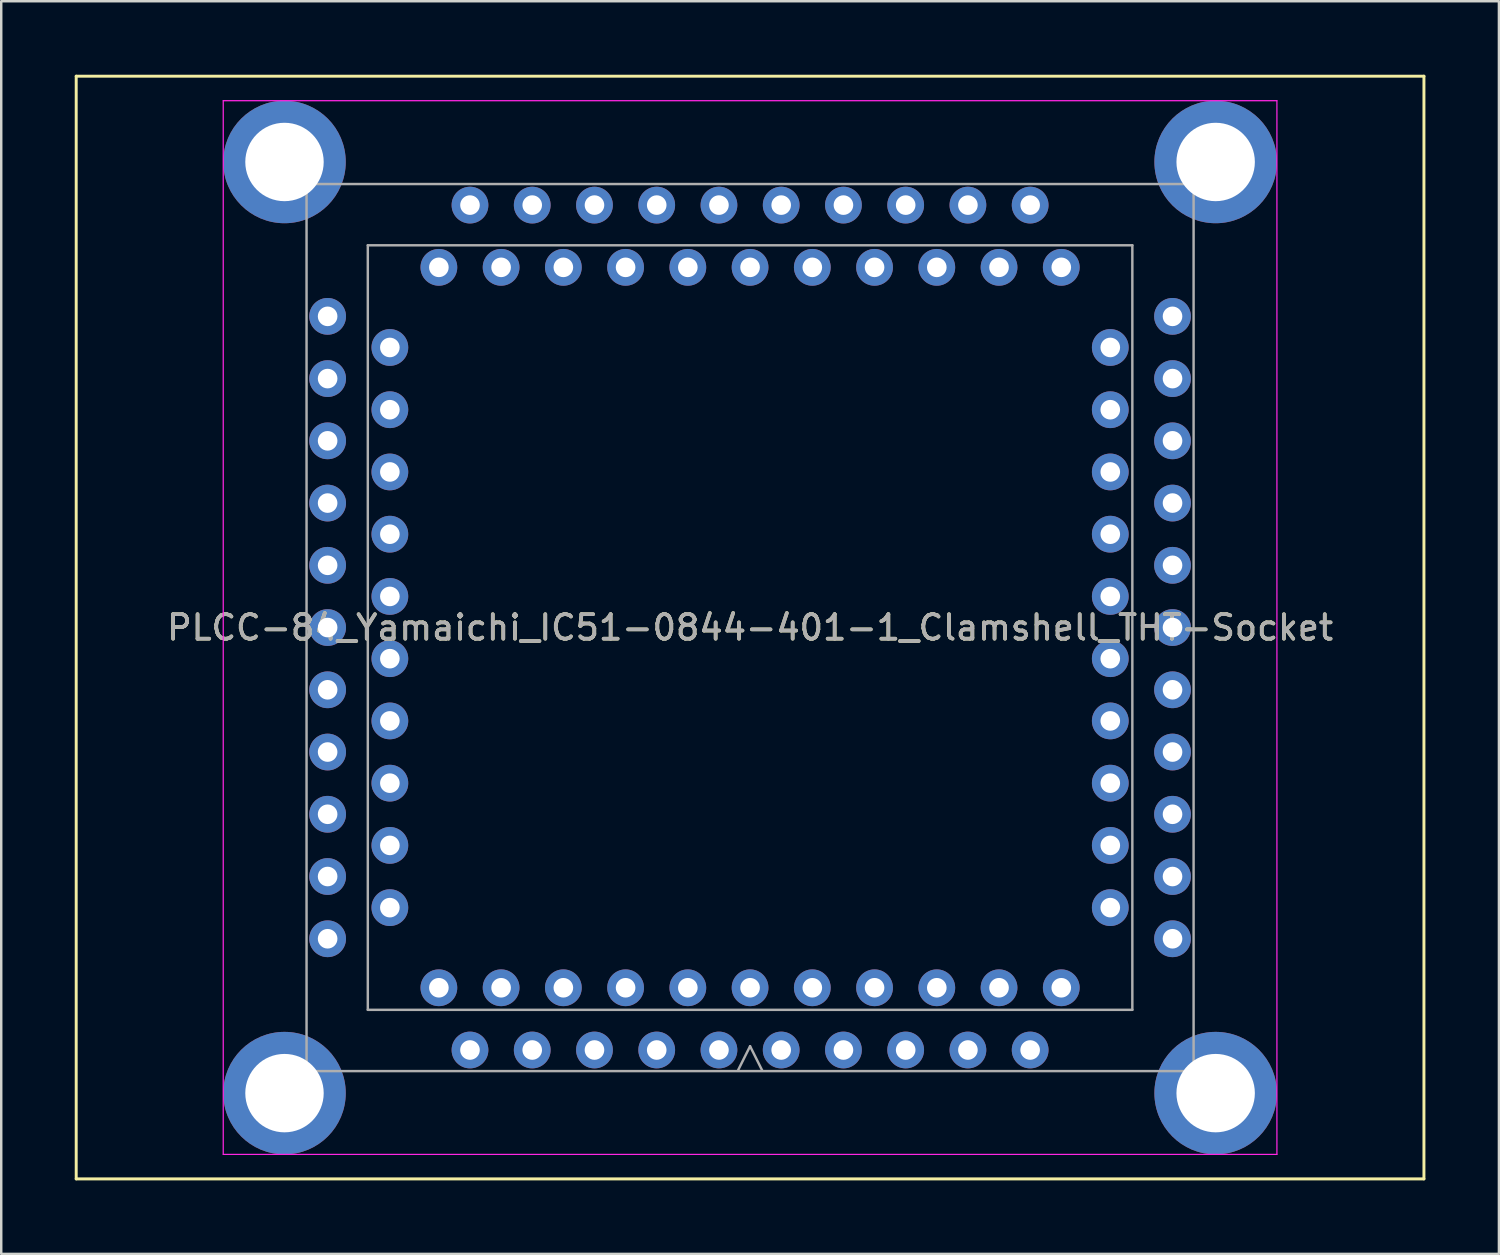
<source format=kicad_pcb>
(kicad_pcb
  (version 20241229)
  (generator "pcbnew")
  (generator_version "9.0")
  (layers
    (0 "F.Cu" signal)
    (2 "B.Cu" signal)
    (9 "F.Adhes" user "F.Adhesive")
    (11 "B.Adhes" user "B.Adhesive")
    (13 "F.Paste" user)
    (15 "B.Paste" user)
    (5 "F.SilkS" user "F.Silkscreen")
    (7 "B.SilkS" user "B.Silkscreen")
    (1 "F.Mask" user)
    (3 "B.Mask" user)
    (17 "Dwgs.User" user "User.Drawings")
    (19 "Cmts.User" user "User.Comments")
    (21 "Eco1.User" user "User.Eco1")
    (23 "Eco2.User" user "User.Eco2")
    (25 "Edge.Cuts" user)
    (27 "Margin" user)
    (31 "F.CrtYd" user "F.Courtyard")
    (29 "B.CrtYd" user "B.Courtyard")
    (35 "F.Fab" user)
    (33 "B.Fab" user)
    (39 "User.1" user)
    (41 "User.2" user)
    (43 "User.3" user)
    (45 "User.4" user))
  (footprint "PLCC-84_Yamaichi_IC51-0844-401-1_Clamshell_THT-Socket"
    (layer "F.Cu")
    (at 27.56 22.56)
    (property "Reference" "PLCC-84_Yamaichi_IC51-0844-401-1_Clamshell_THT-Socket" (at 0 0 180) (layer "F.SilkS") (effects (font (size 1 1) (thickness 0.15))))
    (attr through_hole)
    (fp_line (start -27.5 -22.5) (end -27.5 22.5) (stroke (width 0.12) (type solid)) (layer "F.SilkS"))
    (fp_line (start -27.5 22.5) (end 27.5 22.5) (stroke (width 0.12) (type solid)) (layer "F.SilkS"))
    (fp_line (start 27.5 -22.5) (end -27.5 -22.5) (stroke (width 0.12) (type solid)) (layer "F.SilkS"))
    (fp_line (start 27.5 22.5) (end 27.5 -22.5) (stroke (width 0.12) (type solid)) (layer "F.SilkS"))
    (fp_line (start -21.5 -21.5) (end -21.5 21.5) (stroke (width 0.05) (type solid)) (layer "F.CrtYd"))
    (fp_line (start -21.5 21.5) (end 21.5 21.5) (stroke (width 0.05) (type solid)) (layer "F.CrtYd"))
    (fp_line (start 21.5 -21.5) (end -21.5 -21.5) (stroke (width 0.05) (type solid)) (layer "F.CrtYd"))
    (fp_line (start 21.5 21.5) (end 21.5 -21.5) (stroke (width 0.05) (type solid)) (layer "F.CrtYd"))
    (fp_line (start -18.1 -18.1) (end -18.1 18.1) (stroke (width 0.1) (type solid)) (layer "F.Fab"))
    (fp_line (start -18.1 18.1) (end 18.1 18.1) (stroke (width 0.1) (type solid)) (layer "F.Fab"))
    (fp_line (start -15.6 -15.6) (end -15.6 15.6) (stroke (width 0.1) (type solid)) (layer "F.Fab"))
    (fp_line (start -15.6 15.6) (end 15.6 15.6) (stroke (width 0.1) (type solid)) (layer "F.Fab"))
    (fp_line (start -0.5 18.085) (end 0 17.085) (stroke (width 0.1) (type solid)) (layer "F.Fab"))
    (fp_line (start 0 17.085) (end 0.5 18.085) (stroke (width 0.1) (type solid)) (layer "F.Fab"))
    (fp_line (start 15.6 -15.6) (end -15.6 -15.6) (stroke (width 0.1) (type solid)) (layer "F.Fab"))
    (fp_line (start 15.6 15.6) (end 15.6 -15.6) (stroke (width 0.1) (type solid)) (layer "F.Fab"))
    (fp_line (start 18.1 -18.1) (end -18.1 -18.1) (stroke (width 0.1) (type solid)) (layer "F.Fab"))
    (fp_line (start 18.1 18.1) (end 18.1 -18.1) (stroke (width 0.1) (type solid)) (layer "F.Fab"))
    (fp_text user "${REFERENCE}" (at 0 0 0) (layer "F.Fab") (effects (font (size 1 1) (thickness 0.15))))
    (pad "" thru_hole circle (at -19 -19) (size 5 5) (drill 3.2) (layers "*.Cu" "*.Mask"))
    (pad "" thru_hole circle (at -19 19) (size 5 5) (drill 3.2) (layers "*.Cu" "*.Mask"))
    (pad "" thru_hole circle (at 19 -19) (size 5 5) (drill 3.2) (layers "*.Cu" "*.Mask"))
    (pad "" thru_hole circle (at 19 19) (size 5 5) (drill 3.2) (layers "*.Cu" "*.Mask"))
    (pad "1" thru_hole circle (at 0 14.7) (size 1.5 1.5) (drill 0.8) (layers "*.Cu" "*.Mask"))
    (pad "2" thru_hole circle (at 1.27 17.24) (size 1.5 1.5) (drill 0.8) (layers "*.Cu" "*.Mask"))
    (pad "3" thru_hole circle (at 2.54 14.7) (size 1.5 1.5) (drill 0.8) (layers "*.Cu" "*.Mask"))
    (pad "4" thru_hole circle (at 3.81 17.24) (size 1.5 1.5) (drill 0.8) (layers "*.Cu" "*.Mask"))
    (pad "5" thru_hole circle (at 5.08 14.7) (size 1.5 1.5) (drill 0.8) (layers "*.Cu" "*.Mask"))
    (pad "6" thru_hole circle (at 6.35 17.24) (size 1.5 1.5) (drill 0.8) (layers "*.Cu" "*.Mask"))
    (pad "7" thru_hole circle (at 7.62 14.7) (size 1.5 1.5) (drill 0.8) (layers "*.Cu" "*.Mask"))
    (pad "8" thru_hole circle (at 8.89 17.24) (size 1.5 1.5) (drill 0.8) (layers "*.Cu" "*.Mask"))
    (pad "9" thru_hole circle (at 10.16 14.7) (size 1.5 1.5) (drill 0.8) (layers "*.Cu" "*.Mask"))
    (pad "10" thru_hole circle (at 11.43 17.24) (size 1.5 1.5) (drill 0.8) (layers "*.Cu" "*.Mask"))
    (pad "11" thru_hole circle (at 12.7 14.7) (size 1.5 1.5) (drill 0.8) (layers "*.Cu" "*.Mask"))
    (pad "12" thru_hole circle (at 17.24 12.7) (size 1.5 1.5) (drill 0.8) (layers "*.Cu" "*.Mask"))
    (pad "13" thru_hole circle (at 14.7 11.43) (size 1.5 1.5) (drill 0.8) (layers "*.Cu" "*.Mask"))
    (pad "14" thru_hole circle (at 17.24 10.16) (size 1.5 1.5) (drill 0.8) (layers "*.Cu" "*.Mask"))
    (pad "15" thru_hole circle (at 14.7 8.89) (size 1.5 1.5) (drill 0.8) (layers "*.Cu" "*.Mask"))
    (pad "16" thru_hole circle (at 17.24 7.62) (size 1.5 1.5) (drill 0.8) (layers "*.Cu" "*.Mask"))
    (pad "17" thru_hole circle (at 14.7 6.35) (size 1.5 1.5) (drill 0.8) (layers "*.Cu" "*.Mask"))
    (pad "18" thru_hole circle (at 17.24 5.08) (size 1.5 1.5) (drill 0.8) (layers "*.Cu" "*.Mask"))
    (pad "19" thru_hole circle (at 14.7 3.81) (size 1.5 1.5) (drill 0.8) (layers "*.Cu" "*.Mask"))
    (pad "20" thru_hole circle (at 17.24 2.54) (size 1.5 1.5) (drill 0.8) (layers "*.Cu" "*.Mask"))
    (pad "21" thru_hole circle (at 14.7 1.27) (size 1.5 1.5) (drill 0.8) (layers "*.Cu" "*.Mask"))
    (pad "22" thru_hole circle (at 17.24 0) (size 1.5 1.5) (drill 0.8) (layers "*.Cu" "*.Mask"))
    (pad "23" thru_hole circle (at 14.7 -1.27) (size 1.5 1.5) (drill 0.8) (layers "*.Cu" "*.Mask"))
    (pad "24" thru_hole circle (at 17.24 -2.54) (size 1.5 1.5) (drill 0.8) (layers "*.Cu" "*.Mask"))
    (pad "25" thru_hole circle (at 14.7 -3.81) (size 1.5 1.5) (drill 0.8) (layers "*.Cu" "*.Mask"))
    (pad "26" thru_hole circle (at 17.24 -5.08) (size 1.5 1.5) (drill 0.8) (layers "*.Cu" "*.Mask"))
    (pad "27" thru_hole circle (at 14.7 -6.35) (size 1.5 1.5) (drill 0.8) (layers "*.Cu" "*.Mask"))
    (pad "28" thru_hole circle (at 17.24 -7.62) (size 1.5 1.5) (drill 0.8) (layers "*.Cu" "*.Mask"))
    (pad "29" thru_hole circle (at 14.7 -8.89) (size 1.5 1.5) (drill 0.8) (layers "*.Cu" "*.Mask"))
    (pad "30" thru_hole circle (at 17.24 -10.16) (size 1.5 1.5) (drill 0.8) (layers "*.Cu" "*.Mask"))
    (pad "31" thru_hole circle (at 14.7 -11.43) (size 1.5 1.5) (drill 0.8) (layers "*.Cu" "*.Mask"))
    (pad "32" thru_hole circle (at 17.24 -12.7) (size 1.5 1.5) (drill 0.8) (layers "*.Cu" "*.Mask"))
    (pad "33" thru_hole circle (at 12.7 -14.7) (size 1.5 1.5) (drill 0.8) (layers "*.Cu" "*.Mask"))
    (pad "34" thru_hole circle (at 11.43 -17.24) (size 1.5 1.5) (drill 0.8) (layers "*.Cu" "*.Mask"))
    (pad "35" thru_hole circle (at 10.16 -14.7) (size 1.5 1.5) (drill 0.8) (layers "*.Cu" "*.Mask"))
    (pad "36" thru_hole circle (at 8.89 -17.24) (size 1.5 1.5) (drill 0.8) (layers "*.Cu" "*.Mask"))
    (pad "37" thru_hole circle (at 7.62 -14.7) (size 1.5 1.5) (drill 0.8) (layers "*.Cu" "*.Mask"))
    (pad "38" thru_hole circle (at 6.35 -17.24) (size 1.5 1.5) (drill 0.8) (layers "*.Cu" "*.Mask"))
    (pad "39" thru_hole circle (at 5.08 -14.7) (size 1.5 1.5) (drill 0.8) (layers "*.Cu" "*.Mask"))
    (pad "40" thru_hole circle (at 3.81 -17.24) (size 1.5 1.5) (drill 0.8) (layers "*.Cu" "*.Mask"))
    (pad "41" thru_hole circle (at 2.54 -14.7) (size 1.5 1.5) (drill 0.8) (layers "*.Cu" "*.Mask"))
    (pad "42" thru_hole circle (at 1.27 -17.24) (size 1.5 1.5) (drill 0.8) (layers "*.Cu" "*.Mask"))
    (pad "43" thru_hole circle (at 0 -14.7) (size 1.5 1.5) (drill 0.8) (layers "*.Cu" "*.Mask"))
    (pad "44" thru_hole circle (at -1.27 -17.24) (size 1.5 1.5) (drill 0.8) (layers "*.Cu" "*.Mask"))
    (pad "45" thru_hole circle (at -2.54 -14.7) (size 1.5 1.5) (drill 0.8) (layers "*.Cu" "*.Mask"))
    (pad "46" thru_hole circle (at -3.81 -17.24) (size 1.5 1.5) (drill 0.8) (layers "*.Cu" "*.Mask"))
    (pad "47" thru_hole circle (at -5.08 -14.7) (size 1.5 1.5) (drill 0.8) (layers "*.Cu" "*.Mask"))
    (pad "48" thru_hole circle (at -6.35 -17.24) (size 1.5 1.5) (drill 0.8) (layers "*.Cu" "*.Mask"))
    (pad "49" thru_hole circle (at -7.62 -14.7) (size 1.5 1.5) (drill 0.8) (layers "*.Cu" "*.Mask"))
    (pad "50" thru_hole circle (at -8.89 -17.24) (size 1.5 1.5) (drill 0.8) (layers "*.Cu" "*.Mask"))
    (pad "51" thru_hole circle (at -10.16 -14.7) (size 1.5 1.5) (drill 0.8) (layers "*.Cu" "*.Mask"))
    (pad "52" thru_hole circle (at -11.43 -17.24) (size 1.5 1.5) (drill 0.8) (layers "*.Cu" "*.Mask"))
    (pad "53" thru_hole circle (at -12.7 -14.7) (size 1.5 1.5) (drill 0.8) (layers "*.Cu" "*.Mask"))
    (pad "54" thru_hole circle (at -17.24 -12.7) (size 1.5 1.5) (drill 0.8) (layers "*.Cu" "*.Mask"))
    (pad "55" thru_hole circle (at -14.7 -11.43) (size 1.5 1.5) (drill 0.8) (layers "*.Cu" "*.Mask"))
    (pad "56" thru_hole circle (at -17.24 -10.16) (size 1.5 1.5) (drill 0.8) (layers "*.Cu" "*.Mask"))
    (pad "57" thru_hole circle (at -14.7 -8.89) (size 1.5 1.5) (drill 0.8) (layers "*.Cu" "*.Mask"))
    (pad "58" thru_hole circle (at -17.24 -7.62) (size 1.5 1.5) (drill 0.8) (layers "*.Cu" "*.Mask"))
    (pad "59" thru_hole circle (at -14.7 -6.35) (size 1.5 1.5) (drill 0.8) (layers "*.Cu" "*.Mask"))
    (pad "60" thru_hole circle (at -17.24 -5.08) (size 1.5 1.5) (drill 0.8) (layers "*.Cu" "*.Mask"))
    (pad "61" thru_hole circle (at -14.7 -3.81) (size 1.5 1.5) (drill 0.8) (layers "*.Cu" "*.Mask"))
    (pad "62" thru_hole circle (at -17.24 -2.54) (size 1.5 1.5) (drill 0.8) (layers "*.Cu" "*.Mask"))
    (pad "63" thru_hole circle (at -14.7 -1.27) (size 1.5 1.5) (drill 0.8) (layers "*.Cu" "*.Mask"))
    (pad "64" thru_hole circle (at -17.24 0) (size 1.5 1.5) (drill 0.8) (layers "*.Cu" "*.Mask"))
    (pad "65" thru_hole circle (at -14.7 1.27) (size 1.5 1.5) (drill 0.8) (layers "*.Cu" "*.Mask"))
    (pad "66" thru_hole circle (at -17.24 2.54) (size 1.5 1.5) (drill 0.8) (layers "*.Cu" "*.Mask"))
    (pad "67" thru_hole circle (at -14.7 3.81) (size 1.5 1.5) (drill 0.8) (layers "*.Cu" "*.Mask"))
    (pad "68" thru_hole circle (at -17.24 5.08) (size 1.5 1.5) (drill 0.8) (layers "*.Cu" "*.Mask"))
    (pad "69" thru_hole circle (at -14.7 6.35) (size 1.5 1.5) (drill 0.8) (layers "*.Cu" "*.Mask"))
    (pad "70" thru_hole circle (at -17.24 7.62) (size 1.5 1.5) (drill 0.8) (layers "*.Cu" "*.Mask"))
    (pad "71" thru_hole circle (at -14.7 8.89) (size 1.5 1.5) (drill 0.8) (layers "*.Cu" "*.Mask"))
    (pad "72" thru_hole circle (at -17.24 10.16) (size 1.5 1.5) (drill 0.8) (layers "*.Cu" "*.Mask"))
    (pad "73" thru_hole circle (at -14.7 11.43) (size 1.5 1.5) (drill 0.8) (layers "*.Cu" "*.Mask"))
    (pad "74" thru_hole circle (at -17.24 12.7) (size 1.5 1.5) (drill 0.8) (layers "*.Cu" "*.Mask"))
    (pad "75" thru_hole circle (at -12.7 14.7) (size 1.5 1.5) (drill 0.8) (layers "*.Cu" "*.Mask"))
    (pad "76" thru_hole circle (at -11.43 17.24) (size 1.5 1.5) (drill 0.8) (layers "*.Cu" "*.Mask"))
    (pad "77" thru_hole circle (at -10.16 14.7) (size 1.5 1.5) (drill 0.8) (layers "*.Cu" "*.Mask"))
    (pad "78" thru_hole circle (at -8.89 17.24) (size 1.5 1.5) (drill 0.8) (layers "*.Cu" "*.Mask"))
    (pad "79" thru_hole circle (at -7.62 14.7) (size 1.5 1.5) (drill 0.8) (layers "*.Cu" "*.Mask"))
    (pad "80" thru_hole circle (at -6.35 17.24) (size 1.5 1.5) (drill 0.8) (layers "*.Cu" "*.Mask"))
    (pad "81" thru_hole circle (at -5.08 14.7) (size 1.5 1.5) (drill 0.8) (layers "*.Cu" "*.Mask"))
    (pad "82" thru_hole circle (at -3.81 17.24) (size 1.5 1.5) (drill 0.8) (layers "*.Cu" "*.Mask"))
    (pad "83" thru_hole circle (at -2.54 14.7) (size 1.5 1.5) (drill 0.8) (layers "*.Cu" "*.Mask"))
    (pad "84" thru_hole circle (at -1.27 17.24) (size 1.5 1.5) (drill 0.8) (layers "*.Cu" "*.Mask")))
  (gr_rect
    (start -3 -3)
    (end 58.12 48.12)
    (stroke (width 0.1) (type default))
    (fill no)
    (layer "Edge.Cuts")))
</source>
